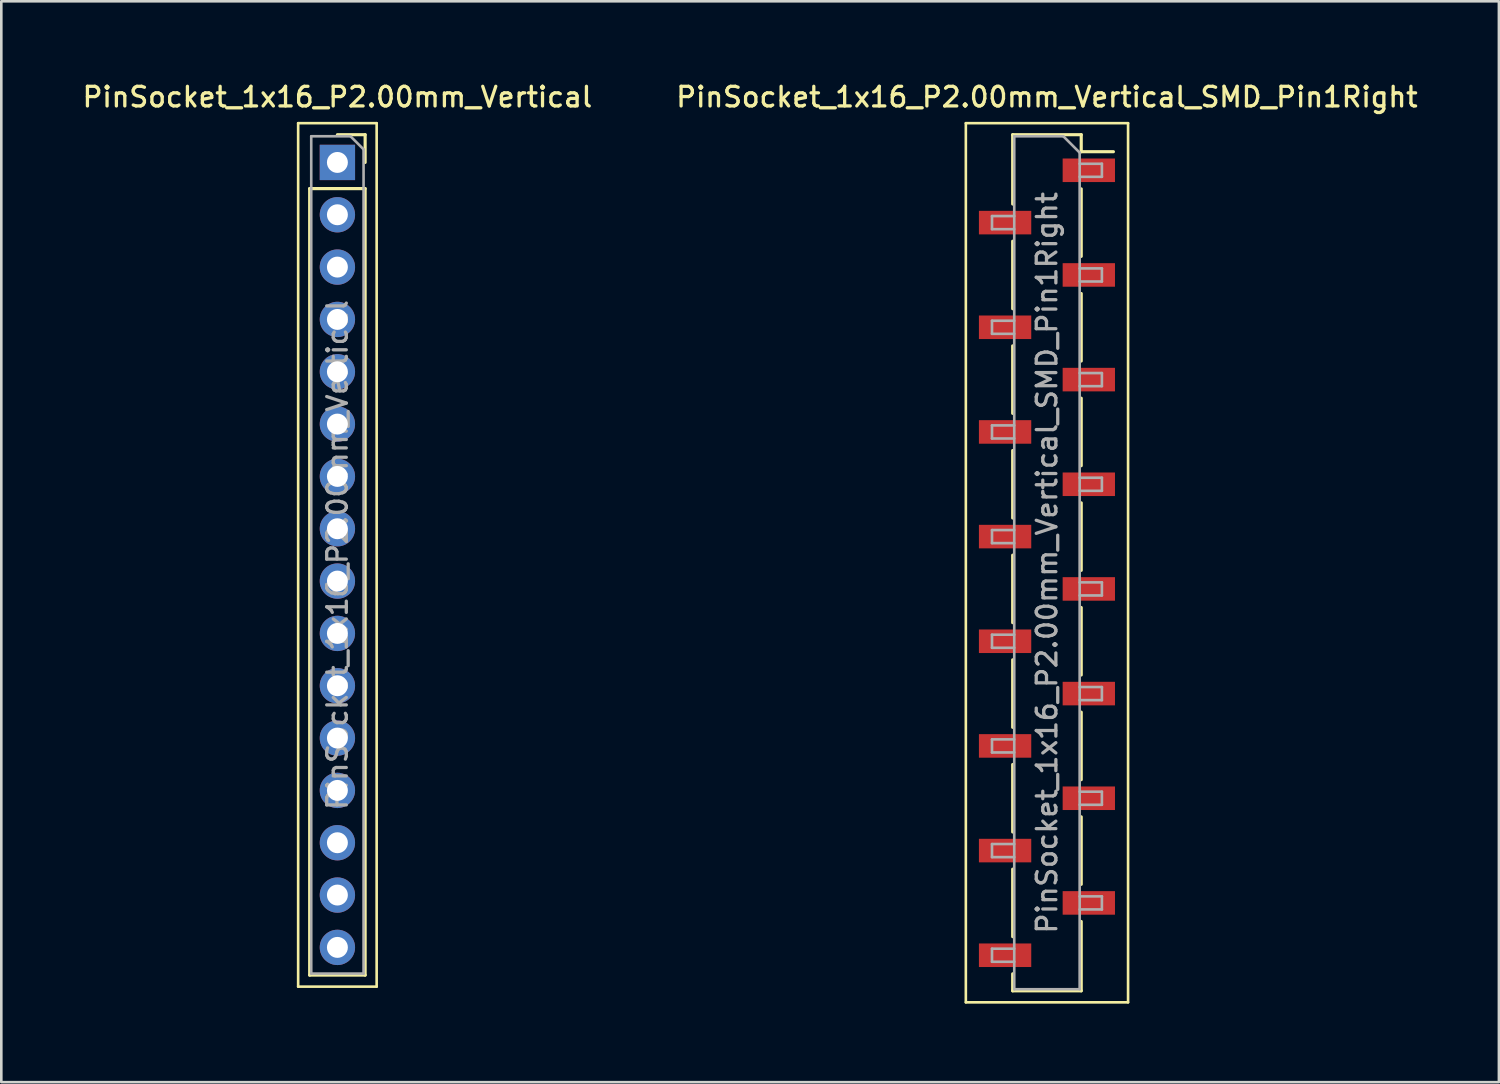
<source format=kicad_pcb>
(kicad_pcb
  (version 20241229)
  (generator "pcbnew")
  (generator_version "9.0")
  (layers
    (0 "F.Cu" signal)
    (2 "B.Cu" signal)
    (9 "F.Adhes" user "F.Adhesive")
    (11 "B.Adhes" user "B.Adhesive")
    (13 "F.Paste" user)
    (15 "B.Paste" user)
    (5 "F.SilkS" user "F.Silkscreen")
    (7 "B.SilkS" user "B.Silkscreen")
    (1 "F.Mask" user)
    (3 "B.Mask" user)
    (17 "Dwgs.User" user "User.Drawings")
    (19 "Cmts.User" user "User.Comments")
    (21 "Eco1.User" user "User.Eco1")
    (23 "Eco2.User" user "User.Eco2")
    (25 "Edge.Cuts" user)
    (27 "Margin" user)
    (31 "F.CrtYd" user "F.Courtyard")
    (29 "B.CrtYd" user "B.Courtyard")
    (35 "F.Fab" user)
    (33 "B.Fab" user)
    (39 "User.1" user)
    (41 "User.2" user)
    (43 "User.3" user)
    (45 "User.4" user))
  (footprint "PinSocket_1x16_P2.00mm_Vertical_SMD_Pin1Right"
    (layer "F.Cu")
    (at 36.963 18.458)
    (property "Reference" "PinSocket_1x16_P2.00mm_Vertical_SMD_Pin1Right" (at 0 -17.8 0) (layer "F.SilkS") (effects (font (size 0.75 0.75) (thickness 0.125))))
    (attr smd)
    (fp_line (start -3.1 -16.8) (end 3.1 -16.8) (stroke (width 0.1) (type solid)) (layer "F.SilkS"))
    (fp_line (start -3.1 16.8) (end -3.1 -16.8) (stroke (width 0.1) (type solid)) (layer "F.SilkS"))
    (fp_line (start -1.31 -16.36) (end -1.31 -13.71) (stroke (width 0.12) (type solid)) (layer "F.SilkS"))
    (fp_line (start -1.31 -16.36) (end 1.31 -16.36) (stroke (width 0.12) (type solid)) (layer "F.SilkS"))
    (fp_line (start -1.31 -12.29) (end -1.31 -9.71) (stroke (width 0.12) (type solid)) (layer "F.SilkS"))
    (fp_line (start -1.31 -8.29) (end -1.31 -5.71) (stroke (width 0.12) (type solid)) (layer "F.SilkS"))
    (fp_line (start -1.31 -4.29) (end -1.31 -1.71) (stroke (width 0.12) (type solid)) (layer "F.SilkS"))
    (fp_line (start -1.31 -0.29) (end -1.31 2.29) (stroke (width 0.12) (type solid)) (layer "F.SilkS"))
    (fp_line (start -1.31 3.71) (end -1.31 6.29) (stroke (width 0.12) (type solid)) (layer "F.SilkS"))
    (fp_line (start -1.31 7.71) (end -1.31 10.29) (stroke (width 0.12) (type solid)) (layer "F.SilkS"))
    (fp_line (start -1.31 11.71) (end -1.31 14.29) (stroke (width 0.12) (type solid)) (layer "F.SilkS"))
    (fp_line (start -1.31 15.71) (end -1.31 16.36) (stroke (width 0.12) (type solid)) (layer "F.SilkS"))
    (fp_line (start -1.31 16.36) (end 1.31 16.36) (stroke (width 0.12) (type solid)) (layer "F.SilkS"))
    (fp_line (start 1.31 -16.36) (end 1.31 -15.71) (stroke (width 0.12) (type solid)) (layer "F.SilkS"))
    (fp_line (start 1.31 -15.71) (end 2.54 -15.71) (stroke (width 0.12) (type solid)) (layer "F.SilkS"))
    (fp_line (start 1.31 -14.29) (end 1.31 -11.71) (stroke (width 0.12) (type solid)) (layer "F.SilkS"))
    (fp_line (start 1.31 -10.29) (end 1.31 -7.71) (stroke (width 0.12) (type solid)) (layer "F.SilkS"))
    (fp_line (start 1.31 -6.29) (end 1.31 -3.71) (stroke (width 0.12) (type solid)) (layer "F.SilkS"))
    (fp_line (start 1.31 -2.29) (end 1.31 0.29) (stroke (width 0.12) (type solid)) (layer "F.SilkS"))
    (fp_line (start 1.31 1.71) (end 1.31 4.29) (stroke (width 0.12) (type solid)) (layer "F.SilkS"))
    (fp_line (start 1.31 5.71) (end 1.31 8.29) (stroke (width 0.12) (type solid)) (layer "F.SilkS"))
    (fp_line (start 1.31 9.71) (end 1.31 12.29) (stroke (width 0.12) (type solid)) (layer "F.SilkS"))
    (fp_line (start 1.31 13.71) (end 1.31 16.36) (stroke (width 0.12) (type solid)) (layer "F.SilkS"))
    (fp_line (start 3.1 -16.8) (end 3.1 16.8) (stroke (width 0.1) (type solid)) (layer "F.SilkS"))
    (fp_line (start 3.1 16.8) (end -3.1 16.8) (stroke (width 0.1) (type solid)) (layer "F.SilkS"))
    (fp_line (start -2.1 -13.25) (end -1.25 -13.25) (stroke (width 0.1) (type solid)) (layer "F.Fab"))
    (fp_line (start -2.1 -12.75) (end -2.1 -13.25) (stroke (width 0.1) (type solid)) (layer "F.Fab"))
    (fp_line (start -2.1 -9.25) (end -1.25 -9.25) (stroke (width 0.1) (type solid)) (layer "F.Fab"))
    (fp_line (start -2.1 -8.75) (end -2.1 -9.25) (stroke (width 0.1) (type solid)) (layer "F.Fab"))
    (fp_line (start -2.1 -5.25) (end -1.25 -5.25) (stroke (width 0.1) (type solid)) (layer "F.Fab"))
    (fp_line (start -2.1 -4.75) (end -2.1 -5.25) (stroke (width 0.1) (type solid)) (layer "F.Fab"))
    (fp_line (start -2.1 -1.25) (end -1.25 -1.25) (stroke (width 0.1) (type solid)) (layer "F.Fab"))
    (fp_line (start -2.1 -0.75) (end -2.1 -1.25) (stroke (width 0.1) (type solid)) (layer "F.Fab"))
    (fp_line (start -2.1 2.75) (end -1.25 2.75) (stroke (width 0.1) (type solid)) (layer "F.Fab"))
    (fp_line (start -2.1 3.25) (end -2.1 2.75) (stroke (width 0.1) (type solid)) (layer "F.Fab"))
    (fp_line (start -2.1 6.75) (end -1.25 6.75) (stroke (width 0.1) (type solid)) (layer "F.Fab"))
    (fp_line (start -2.1 7.25) (end -2.1 6.75) (stroke (width 0.1) (type solid)) (layer "F.Fab"))
    (fp_line (start -2.1 10.75) (end -1.25 10.75) (stroke (width 0.1) (type solid)) (layer "F.Fab"))
    (fp_line (start -2.1 11.25) (end -2.1 10.75) (stroke (width 0.1) (type solid)) (layer "F.Fab"))
    (fp_line (start -2.1 14.75) (end -1.25 14.75) (stroke (width 0.1) (type solid)) (layer "F.Fab"))
    (fp_line (start -2.1 15.25) (end -2.1 14.75) (stroke (width 0.1) (type solid)) (layer "F.Fab"))
    (fp_line (start -1.25 -16.3) (end 0.625 -16.3) (stroke (width 0.1) (type solid)) (layer "F.Fab"))
    (fp_line (start -1.25 -12.75) (end -2.1 -12.75) (stroke (width 0.1) (type solid)) (layer "F.Fab"))
    (fp_line (start -1.25 -8.75) (end -2.1 -8.75) (stroke (width 0.1) (type solid)) (layer "F.Fab"))
    (fp_line (start -1.25 -4.75) (end -2.1 -4.75) (stroke (width 0.1) (type solid)) (layer "F.Fab"))
    (fp_line (start -1.25 -0.75) (end -2.1 -0.75) (stroke (width 0.1) (type solid)) (layer "F.Fab"))
    (fp_line (start -1.25 3.25) (end -2.1 3.25) (stroke (width 0.1) (type solid)) (layer "F.Fab"))
    (fp_line (start -1.25 7.25) (end -2.1 7.25) (stroke (width 0.1) (type solid)) (layer "F.Fab"))
    (fp_line (start -1.25 11.25) (end -2.1 11.25) (stroke (width 0.1) (type solid)) (layer "F.Fab"))
    (fp_line (start -1.25 15.25) (end -2.1 15.25) (stroke (width 0.1) (type solid)) (layer "F.Fab"))
    (fp_line (start -1.25 16.3) (end -1.25 -16.3) (stroke (width 0.1) (type solid)) (layer "F.Fab"))
    (fp_line (start 0.625 -16.3) (end 1.25 -15.675) (stroke (width 0.1) (type solid)) (layer "F.Fab"))
    (fp_line (start 1.25 -15.675) (end 1.25 16.3) (stroke (width 0.1) (type solid)) (layer "F.Fab"))
    (fp_line (start 1.25 -15.25) (end 2.1 -15.25) (stroke (width 0.1) (type solid)) (layer "F.Fab"))
    (fp_line (start 1.25 -11.25) (end 2.1 -11.25) (stroke (width 0.1) (type solid)) (layer "F.Fab"))
    (fp_line (start 1.25 -7.25) (end 2.1 -7.25) (stroke (width 0.1) (type solid)) (layer "F.Fab"))
    (fp_line (start 1.25 -3.25) (end 2.1 -3.25) (stroke (width 0.1) (type solid)) (layer "F.Fab"))
    (fp_line (start 1.25 0.75) (end 2.1 0.75) (stroke (width 0.1) (type solid)) (layer "F.Fab"))
    (fp_line (start 1.25 4.75) (end 2.1 4.75) (stroke (width 0.1) (type solid)) (layer "F.Fab"))
    (fp_line (start 1.25 8.75) (end 2.1 8.75) (stroke (width 0.1) (type solid)) (layer "F.Fab"))
    (fp_line (start 1.25 12.75) (end 2.1 12.75) (stroke (width 0.1) (type solid)) (layer "F.Fab"))
    (fp_line (start 1.25 16.3) (end -1.25 16.3) (stroke (width 0.1) (type solid)) (layer "F.Fab"))
    (fp_line (start 2.1 -15.25) (end 2.1 -14.75) (stroke (width 0.1) (type solid)) (layer "F.Fab"))
    (fp_line (start 2.1 -14.75) (end 1.25 -14.75) (stroke (width 0.1) (type solid)) (layer "F.Fab"))
    (fp_line (start 2.1 -11.25) (end 2.1 -10.75) (stroke (width 0.1) (type solid)) (layer "F.Fab"))
    (fp_line (start 2.1 -10.75) (end 1.25 -10.75) (stroke (width 0.1) (type solid)) (layer "F.Fab"))
    (fp_line (start 2.1 -7.25) (end 2.1 -6.75) (stroke (width 0.1) (type solid)) (layer "F.Fab"))
    (fp_line (start 2.1 -6.75) (end 1.25 -6.75) (stroke (width 0.1) (type solid)) (layer "F.Fab"))
    (fp_line (start 2.1 -3.25) (end 2.1 -2.75) (stroke (width 0.1) (type solid)) (layer "F.Fab"))
    (fp_line (start 2.1 -2.75) (end 1.25 -2.75) (stroke (width 0.1) (type solid)) (layer "F.Fab"))
    (fp_line (start 2.1 0.75) (end 2.1 1.25) (stroke (width 0.1) (type solid)) (layer "F.Fab"))
    (fp_line (start 2.1 1.25) (end 1.25 1.25) (stroke (width 0.1) (type solid)) (layer "F.Fab"))
    (fp_line (start 2.1 4.75) (end 2.1 5.25) (stroke (width 0.1) (type solid)) (layer "F.Fab"))
    (fp_line (start 2.1 5.25) (end 1.25 5.25) (stroke (width 0.1) (type solid)) (layer "F.Fab"))
    (fp_line (start 2.1 8.75) (end 2.1 9.25) (stroke (width 0.1) (type solid)) (layer "F.Fab"))
    (fp_line (start 2.1 9.25) (end 1.25 9.25) (stroke (width 0.1) (type solid)) (layer "F.Fab"))
    (fp_line (start 2.1 12.75) (end 2.1 13.25) (stroke (width 0.1) (type solid)) (layer "F.Fab"))
    (fp_line (start 2.1 13.25) (end 1.25 13.25) (stroke (width 0.1) (type solid)) (layer "F.Fab"))
    (fp_text user "${REFERENCE}" (at 0 0 90) (layer "F.Fab") (effects (font (size 0.75 0.75) (thickness 0.125))))
    (pad "1" smd rect (at 1.6 -15) (size 2 0.9) (layers "F.Cu" "F.Mask" "F.Paste"))
    (pad "2" smd rect (at -1.6 -13) (size 2 0.9) (layers "F.Cu" "F.Mask" "F.Paste"))
    (pad "3" smd rect (at 1.6 -11) (size 2 0.9) (layers "F.Cu" "F.Mask" "F.Paste"))
    (pad "4" smd rect (at -1.6 -9) (size 2 0.9) (layers "F.Cu" "F.Mask" "F.Paste"))
    (pad "5" smd rect (at 1.6 -7) (size 2 0.9) (layers "F.Cu" "F.Mask" "F.Paste"))
    (pad "6" smd rect (at -1.6 -5) (size 2 0.9) (layers "F.Cu" "F.Mask" "F.Paste"))
    (pad "7" smd rect (at 1.6 -3) (size 2 0.9) (layers "F.Cu" "F.Mask" "F.Paste"))
    (pad "8" smd rect (at -1.6 -1) (size 2 0.9) (layers "F.Cu" "F.Mask" "F.Paste"))
    (pad "9" smd rect (at 1.6 1) (size 2 0.9) (layers "F.Cu" "F.Mask" "F.Paste"))
    (pad "10" smd rect (at -1.6 3) (size 2 0.9) (layers "F.Cu" "F.Mask" "F.Paste"))
    (pad "11" smd rect (at 1.6 5) (size 2 0.9) (layers "F.Cu" "F.Mask" "F.Paste"))
    (pad "12" smd rect (at -1.6 7) (size 2 0.9) (layers "F.Cu" "F.Mask" "F.Paste"))
    (pad "13" smd rect (at 1.6 9) (size 2 0.9) (layers "F.Cu" "F.Mask" "F.Paste"))
    (pad "14" smd rect (at -1.6 11) (size 2 0.9) (layers "F.Cu" "F.Mask" "F.Paste"))
    (pad "15" smd rect (at 1.6 13) (size 2 0.9) (layers "F.Cu" "F.Mask" "F.Paste"))
    (pad "16" smd rect (at -1.6 15) (size 2 0.9) (layers "F.Cu" "F.Mask" "F.Paste")))
  (footprint "PinSocket_1x16_P2.00mm_Vertical"
    (layer "F.Cu")
    (at 9.845 3.158)
    (property "Reference" "PinSocket_1x16_P2.00mm_Vertical" (at 0 -2.5 0) (layer "F.SilkS") (effects (font (size 0.75 0.75) (thickness 0.125))))
    (attr through_hole)
    (fp_line (start -1.5 -1.5) (end 1.5 -1.5) (stroke (width 0.1) (type solid)) (layer "F.SilkS"))
    (fp_line (start -1.5 31.5) (end -1.5 -1.5) (stroke (width 0.1) (type solid)) (layer "F.SilkS"))
    (fp_line (start -1.06 1) (end -1.06 31.06) (stroke (width 0.12) (type solid)) (layer "F.SilkS"))
    (fp_line (start -1.06 1) (end 1.06 1) (stroke (width 0.12) (type solid)) (layer "F.SilkS"))
    (fp_line (start -1.06 31.06) (end 1.06 31.06) (stroke (width 0.12) (type solid)) (layer "F.SilkS"))
    (fp_line (start 0 -1.06) (end 1.06 -1.06) (stroke (width 0.12) (type solid)) (layer "F.SilkS"))
    (fp_line (start 1.06 -1.06) (end 1.06 0) (stroke (width 0.12) (type solid)) (layer "F.SilkS"))
    (fp_line (start 1.06 1) (end 1.06 31.06) (stroke (width 0.12) (type solid)) (layer "F.SilkS"))
    (fp_line (start 1.5 -1.5) (end 1.5 31.5) (stroke (width 0.1) (type solid)) (layer "F.SilkS"))
    (fp_line (start 1.5 31.5) (end -1.5 31.5) (stroke (width 0.1) (type solid)) (layer "F.SilkS"))
    (fp_line (start -1 -1) (end 0.5 -1) (stroke (width 0.1) (type solid)) (layer "F.Fab"))
    (fp_line (start -1 31) (end -1 -1) (stroke (width 0.1) (type solid)) (layer "F.Fab"))
    (fp_line (start 0.5 -1) (end 1 -0.5) (stroke (width 0.1) (type solid)) (layer "F.Fab"))
    (fp_line (start 1 -0.5) (end 1 31) (stroke (width 0.1) (type solid)) (layer "F.Fab"))
    (fp_line (start 1 31) (end -1 31) (stroke (width 0.1) (type solid)) (layer "F.Fab"))
    (fp_text user "${REFERENCE}" (at 0 15 90) (layer "F.Fab") (effects (font (size 0.75 0.75) (thickness 0.125))))
    (pad "1" thru_hole rect (at 0 0) (size 1.35 1.35) (drill 0.8) (layers "*.Cu" "*.Mask"))
    (pad "2" thru_hole oval (at 0 2) (size 1.35 1.35) (drill 0.8) (layers "*.Cu" "*.Mask"))
    (pad "3" thru_hole oval (at 0 4) (size 1.35 1.35) (drill 0.8) (layers "*.Cu" "*.Mask"))
    (pad "4" thru_hole oval (at 0 6) (size 1.35 1.35) (drill 0.8) (layers "*.Cu" "*.Mask"))
    (pad "5" thru_hole oval (at 0 8) (size 1.35 1.35) (drill 0.8) (layers "*.Cu" "*.Mask"))
    (pad "6" thru_hole oval (at 0 10) (size 1.35 1.35) (drill 0.8) (layers "*.Cu" "*.Mask"))
    (pad "7" thru_hole oval (at 0 12) (size 1.35 1.35) (drill 0.8) (layers "*.Cu" "*.Mask"))
    (pad "8" thru_hole oval (at 0 14) (size 1.35 1.35) (drill 0.8) (layers "*.Cu" "*.Mask"))
    (pad "9" thru_hole oval (at 0 16) (size 1.35 1.35) (drill 0.8) (layers "*.Cu" "*.Mask"))
    (pad "10" thru_hole oval (at 0 18) (size 1.35 1.35) (drill 0.8) (layers "*.Cu" "*.Mask"))
    (pad "11" thru_hole oval (at 0 20) (size 1.35 1.35) (drill 0.8) (layers "*.Cu" "*.Mask"))
    (pad "12" thru_hole oval (at 0 22) (size 1.35 1.35) (drill 0.8) (layers "*.Cu" "*.Mask"))
    (pad "13" thru_hole oval (at 0 24) (size 1.35 1.35) (drill 0.8) (layers "*.Cu" "*.Mask"))
    (pad "14" thru_hole oval (at 0 26) (size 1.35 1.35) (drill 0.8) (layers "*.Cu" "*.Mask"))
    (pad "15" thru_hole oval (at 0 28) (size 1.35 1.35) (drill 0.8) (layers "*.Cu" "*.Mask"))
    (pad "16" thru_hole oval (at 0 30) (size 1.35 1.35) (drill 0.8) (layers "*.Cu" "*.Mask")))
  (gr_rect
    (start -3 -3)
    (end 54.236 38.308)
    (stroke (width 0.1) (type default))
    (fill no)
    (layer "Edge.Cuts")))
</source>
